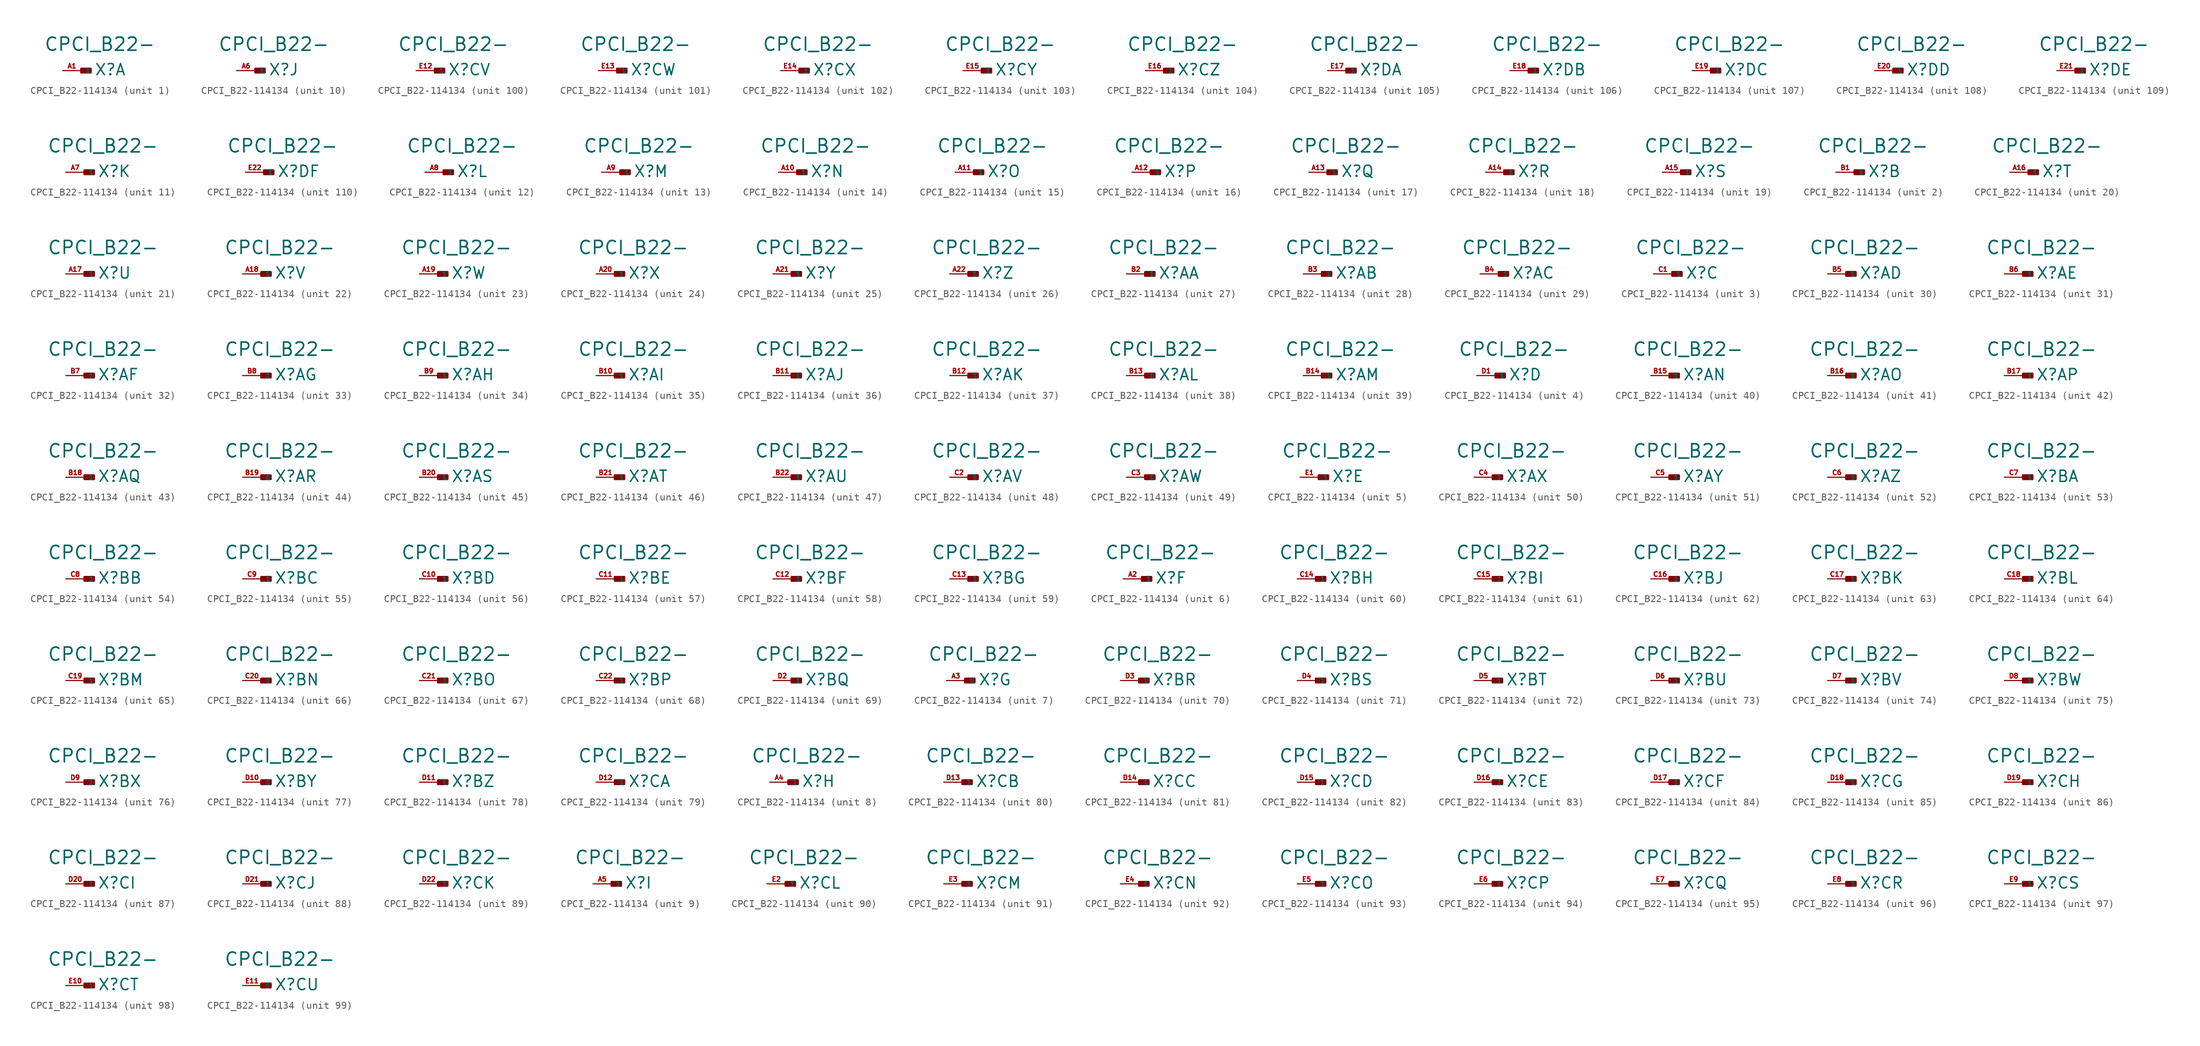
<source format=kicad_sym>
(kicad_symbol_lib
  (version 20220914)
  (generator Eagle2Kicad)
  (symbol "CPCI_B22-114134"
    (property "Reference" "X"
      (at 1.778 -0.762 0)
      (effects (font (size 1.524 1.524) (thickness 0.19)) (justify left bottom)))
    (property "Value" "CPCI_B22-"
      (at -5.08 2.54 0)
      (effects (font (size 1.778 1.778) (thickness 0.22)) (justify left bottom)))
    (symbol "CPCI_B22-114134_1_0"
      (rectangle (start 0 -0.254) (end 1.27 0.254) (stroke (width 0.3) (type default)) (fill (type outline)))
      (pin input line (at -2.54 0 0) (length 2.54) (name "1" (effects (font (size 0.635 0.635) (thickness 0.08)) (justify left bottom))) (number "A1" (effects (font (size 0.635 0.635) (thickness 0.08)) (justify left bottom)))))
    (symbol "CPCI_B22-114134_2_0"
      (rectangle (start 0 -0.254) (end 1.27 0.254) (stroke (width 0.3) (type default)) (fill (type outline)))
      (pin input line (at -2.54 0 0) (length 2.54) (name "1" (effects (font (size 0.635 0.635) (thickness 0.08)) (justify left bottom))) (number "B1" (effects (font (size 0.635 0.635) (thickness 0.08)) (justify left bottom)))))
    (symbol "CPCI_B22-114134_3_0"
      (rectangle (start 0 -0.254) (end 1.27 0.254) (stroke (width 0.3) (type default)) (fill (type outline)))
      (pin input line (at -2.54 0 0) (length 2.54) (name "1" (effects (font (size 0.635 0.635) (thickness 0.08)) (justify left bottom))) (number "C1" (effects (font (size 0.635 0.635) (thickness 0.08)) (justify left bottom)))))
    (symbol "CPCI_B22-114134_4_0"
      (rectangle (start 0 -0.254) (end 1.27 0.254) (stroke (width 0.3) (type default)) (fill (type outline)))
      (pin input line (at -2.54 0 0) (length 2.54) (name "1" (effects (font (size 0.635 0.635) (thickness 0.08)) (justify left bottom))) (number "D1" (effects (font (size 0.635 0.635) (thickness 0.08)) (justify left bottom)))))
    (symbol "CPCI_B22-114134_5_0"
      (rectangle (start 0 -0.254) (end 1.27 0.254) (stroke (width 0.3) (type default)) (fill (type outline)))
      (pin input line (at -2.54 0 0) (length 2.54) (name "1" (effects (font (size 0.635 0.635) (thickness 0.08)) (justify left bottom))) (number "E1" (effects (font (size 0.635 0.635) (thickness 0.08)) (justify left bottom)))))
    (symbol "CPCI_B22-114134_6_0"
      (rectangle (start 0 -0.254) (end 1.27 0.254) (stroke (width 0.3) (type default)) (fill (type outline)))
      (pin input line (at -2.54 0 0) (length 2.54) (name "1" (effects (font (size 0.635 0.635) (thickness 0.08)) (justify left bottom))) (number "A2" (effects (font (size 0.635 0.635) (thickness 0.08)) (justify left bottom)))))
    (symbol "CPCI_B22-114134_7_0"
      (rectangle (start 0 -0.254) (end 1.27 0.254) (stroke (width 0.3) (type default)) (fill (type outline)))
      (pin input line (at -2.54 0 0) (length 2.54) (name "1" (effects (font (size 0.635 0.635) (thickness 0.08)) (justify left bottom))) (number "A3" (effects (font (size 0.635 0.635) (thickness 0.08)) (justify left bottom)))))
    (symbol "CPCI_B22-114134_8_0"
      (rectangle (start 0 -0.254) (end 1.27 0.254) (stroke (width 0.3) (type default)) (fill (type outline)))
      (pin input line (at -2.54 0 0) (length 2.54) (name "1" (effects (font (size 0.635 0.635) (thickness 0.08)) (justify left bottom))) (number "A4" (effects (font (size 0.635 0.635) (thickness 0.08)) (justify left bottom)))))
    (symbol "CPCI_B22-114134_9_0"
      (rectangle (start 0 -0.254) (end 1.27 0.254) (stroke (width 0.3) (type default)) (fill (type outline)))
      (pin input line (at -2.54 0 0) (length 2.54) (name "1" (effects (font (size 0.635 0.635) (thickness 0.08)) (justify left bottom))) (number "A5" (effects (font (size 0.635 0.635) (thickness 0.08)) (justify left bottom)))))
    (symbol "CPCI_B22-114134_10_0"
      (rectangle (start 0 -0.254) (end 1.27 0.254) (stroke (width 0.3) (type default)) (fill (type outline)))
      (pin input line (at -2.54 0 0) (length 2.54) (name "1" (effects (font (size 0.635 0.635) (thickness 0.08)) (justify left bottom))) (number "A6" (effects (font (size 0.635 0.635) (thickness 0.08)) (justify left bottom)))))
    (symbol "CPCI_B22-114134_11_0"
      (rectangle (start 0 -0.254) (end 1.27 0.254) (stroke (width 0.3) (type default)) (fill (type outline)))
      (pin input line (at -2.54 0 0) (length 2.54) (name "1" (effects (font (size 0.635 0.635) (thickness 0.08)) (justify left bottom))) (number "A7" (effects (font (size 0.635 0.635) (thickness 0.08)) (justify left bottom)))))
    (symbol "CPCI_B22-114134_12_0"
      (rectangle (start 0 -0.254) (end 1.27 0.254) (stroke (width 0.3) (type default)) (fill (type outline)))
      (pin input line (at -2.54 0 0) (length 2.54) (name "1" (effects (font (size 0.635 0.635) (thickness 0.08)) (justify left bottom))) (number "A8" (effects (font (size 0.635 0.635) (thickness 0.08)) (justify left bottom)))))
    (symbol "CPCI_B22-114134_13_0"
      (rectangle (start 0 -0.254) (end 1.27 0.254) (stroke (width 0.3) (type default)) (fill (type outline)))
      (pin input line (at -2.54 0 0) (length 2.54) (name "1" (effects (font (size 0.635 0.635) (thickness 0.08)) (justify left bottom))) (number "A9" (effects (font (size 0.635 0.635) (thickness 0.08)) (justify left bottom)))))
    (symbol "CPCI_B22-114134_14_0"
      (rectangle (start 0 -0.254) (end 1.27 0.254) (stroke (width 0.3) (type default)) (fill (type outline)))
      (pin input line (at -2.54 0 0) (length 2.54) (name "1" (effects (font (size 0.635 0.635) (thickness 0.08)) (justify left bottom))) (number "A10" (effects (font (size 0.635 0.635) (thickness 0.08)) (justify left bottom)))))
    (symbol "CPCI_B22-114134_15_0"
      (rectangle (start 0 -0.254) (end 1.27 0.254) (stroke (width 0.3) (type default)) (fill (type outline)))
      (pin input line (at -2.54 0 0) (length 2.54) (name "1" (effects (font (size 0.635 0.635) (thickness 0.08)) (justify left bottom))) (number "A11" (effects (font (size 0.635 0.635) (thickness 0.08)) (justify left bottom)))))
    (symbol "CPCI_B22-114134_16_0"
      (rectangle (start 0 -0.254) (end 1.27 0.254) (stroke (width 0.3) (type default)) (fill (type outline)))
      (pin input line (at -2.54 0 0) (length 2.54) (name "1" (effects (font (size 0.635 0.635) (thickness 0.08)) (justify left bottom))) (number "A12" (effects (font (size 0.635 0.635) (thickness 0.08)) (justify left bottom)))))
    (symbol "CPCI_B22-114134_17_0"
      (rectangle (start 0 -0.254) (end 1.27 0.254) (stroke (width 0.3) (type default)) (fill (type outline)))
      (pin input line (at -2.54 0 0) (length 2.54) (name "1" (effects (font (size 0.635 0.635) (thickness 0.08)) (justify left bottom))) (number "A13" (effects (font (size 0.635 0.635) (thickness 0.08)) (justify left bottom)))))
    (symbol "CPCI_B22-114134_18_0"
      (rectangle (start 0 -0.254) (end 1.27 0.254) (stroke (width 0.3) (type default)) (fill (type outline)))
      (pin input line (at -2.54 0 0) (length 2.54) (name "1" (effects (font (size 0.635 0.635) (thickness 0.08)) (justify left bottom))) (number "A14" (effects (font (size 0.635 0.635) (thickness 0.08)) (justify left bottom)))))
    (symbol "CPCI_B22-114134_19_0"
      (rectangle (start 0 -0.254) (end 1.27 0.254) (stroke (width 0.3) (type default)) (fill (type outline)))
      (pin input line (at -2.54 0 0) (length 2.54) (name "1" (effects (font (size 0.635 0.635) (thickness 0.08)) (justify left bottom))) (number "A15" (effects (font (size 0.635 0.635) (thickness 0.08)) (justify left bottom)))))
    (symbol "CPCI_B22-114134_20_0"
      (rectangle (start 0 -0.254) (end 1.27 0.254) (stroke (width 0.3) (type default)) (fill (type outline)))
      (pin input line (at -2.54 0 0) (length 2.54) (name "1" (effects (font (size 0.635 0.635) (thickness 0.08)) (justify left bottom))) (number "A16" (effects (font (size 0.635 0.635) (thickness 0.08)) (justify left bottom)))))
    (symbol "CPCI_B22-114134_21_0"
      (rectangle (start 0 -0.254) (end 1.27 0.254) (stroke (width 0.3) (type default)) (fill (type outline)))
      (pin input line (at -2.54 0 0) (length 2.54) (name "1" (effects (font (size 0.635 0.635) (thickness 0.08)) (justify left bottom))) (number "A17" (effects (font (size 0.635 0.635) (thickness 0.08)) (justify left bottom)))))
    (symbol "CPCI_B22-114134_22_0"
      (rectangle (start 0 -0.254) (end 1.27 0.254) (stroke (width 0.3) (type default)) (fill (type outline)))
      (pin input line (at -2.54 0 0) (length 2.54) (name "1" (effects (font (size 0.635 0.635) (thickness 0.08)) (justify left bottom))) (number "A18" (effects (font (size 0.635 0.635) (thickness 0.08)) (justify left bottom)))))
    (symbol "CPCI_B22-114134_23_0"
      (rectangle (start 0 -0.254) (end 1.27 0.254) (stroke (width 0.3) (type default)) (fill (type outline)))
      (pin input line (at -2.54 0 0) (length 2.54) (name "1" (effects (font (size 0.635 0.635) (thickness 0.08)) (justify left bottom))) (number "A19" (effects (font (size 0.635 0.635) (thickness 0.08)) (justify left bottom)))))
    (symbol "CPCI_B22-114134_24_0"
      (rectangle (start 0 -0.254) (end 1.27 0.254) (stroke (width 0.3) (type default)) (fill (type outline)))
      (pin input line (at -2.54 0 0) (length 2.54) (name "1" (effects (font (size 0.635 0.635) (thickness 0.08)) (justify left bottom))) (number "A20" (effects (font (size 0.635 0.635) (thickness 0.08)) (justify left bottom)))))
    (symbol "CPCI_B22-114134_25_0"
      (rectangle (start 0 -0.254) (end 1.27 0.254) (stroke (width 0.3) (type default)) (fill (type outline)))
      (pin input line (at -2.54 0 0) (length 2.54) (name "1" (effects (font (size 0.635 0.635) (thickness 0.08)) (justify left bottom))) (number "A21" (effects (font (size 0.635 0.635) (thickness 0.08)) (justify left bottom)))))
    (symbol "CPCI_B22-114134_26_0"
      (rectangle (start 0 -0.254) (end 1.27 0.254) (stroke (width 0.3) (type default)) (fill (type outline)))
      (pin input line (at -2.54 0 0) (length 2.54) (name "1" (effects (font (size 0.635 0.635) (thickness 0.08)) (justify left bottom))) (number "A22" (effects (font (size 0.635 0.635) (thickness 0.08)) (justify left bottom)))))
    (symbol "CPCI_B22-114134_27_0"
      (rectangle (start 0 -0.254) (end 1.27 0.254) (stroke (width 0.3) (type default)) (fill (type outline)))
      (pin input line (at -2.54 0 0) (length 2.54) (name "1" (effects (font (size 0.635 0.635) (thickness 0.08)) (justify left bottom))) (number "B2" (effects (font (size 0.635 0.635) (thickness 0.08)) (justify left bottom)))))
    (symbol "CPCI_B22-114134_28_0"
      (rectangle (start 0 -0.254) (end 1.27 0.254) (stroke (width 0.3) (type default)) (fill (type outline)))
      (pin input line (at -2.54 0 0) (length 2.54) (name "1" (effects (font (size 0.635 0.635) (thickness 0.08)) (justify left bottom))) (number "B3" (effects (font (size 0.635 0.635) (thickness 0.08)) (justify left bottom)))))
    (symbol "CPCI_B22-114134_29_0"
      (rectangle (start 0 -0.254) (end 1.27 0.254) (stroke (width 0.3) (type default)) (fill (type outline)))
      (pin input line (at -2.54 0 0) (length 2.54) (name "1" (effects (font (size 0.635 0.635) (thickness 0.08)) (justify left bottom))) (number "B4" (effects (font (size 0.635 0.635) (thickness 0.08)) (justify left bottom)))))
    (symbol "CPCI_B22-114134_30_0"
      (rectangle (start 0 -0.254) (end 1.27 0.254) (stroke (width 0.3) (type default)) (fill (type outline)))
      (pin input line (at -2.54 0 0) (length 2.54) (name "1" (effects (font (size 0.635 0.635) (thickness 0.08)) (justify left bottom))) (number "B5" (effects (font (size 0.635 0.635) (thickness 0.08)) (justify left bottom)))))
    (symbol "CPCI_B22-114134_31_0"
      (rectangle (start 0 -0.254) (end 1.27 0.254) (stroke (width 0.3) (type default)) (fill (type outline)))
      (pin input line (at -2.54 0 0) (length 2.54) (name "1" (effects (font (size 0.635 0.635) (thickness 0.08)) (justify left bottom))) (number "B6" (effects (font (size 0.635 0.635) (thickness 0.08)) (justify left bottom)))))
    (symbol "CPCI_B22-114134_32_0"
      (rectangle (start 0 -0.254) (end 1.27 0.254) (stroke (width 0.3) (type default)) (fill (type outline)))
      (pin input line (at -2.54 0 0) (length 2.54) (name "1" (effects (font (size 0.635 0.635) (thickness 0.08)) (justify left bottom))) (number "B7" (effects (font (size 0.635 0.635) (thickness 0.08)) (justify left bottom)))))
    (symbol "CPCI_B22-114134_33_0"
      (rectangle (start 0 -0.254) (end 1.27 0.254) (stroke (width 0.3) (type default)) (fill (type outline)))
      (pin input line (at -2.54 0 0) (length 2.54) (name "1" (effects (font (size 0.635 0.635) (thickness 0.08)) (justify left bottom))) (number "B8" (effects (font (size 0.635 0.635) (thickness 0.08)) (justify left bottom)))))
    (symbol "CPCI_B22-114134_34_0"
      (rectangle (start 0 -0.254) (end 1.27 0.254) (stroke (width 0.3) (type default)) (fill (type outline)))
      (pin input line (at -2.54 0 0) (length 2.54) (name "1" (effects (font (size 0.635 0.635) (thickness 0.08)) (justify left bottom))) (number "B9" (effects (font (size 0.635 0.635) (thickness 0.08)) (justify left bottom)))))
    (symbol "CPCI_B22-114134_35_0"
      (rectangle (start 0 -0.254) (end 1.27 0.254) (stroke (width 0.3) (type default)) (fill (type outline)))
      (pin input line (at -2.54 0 0) (length 2.54) (name "1" (effects (font (size 0.635 0.635) (thickness 0.08)) (justify left bottom))) (number "B10" (effects (font (size 0.635 0.635) (thickness 0.08)) (justify left bottom)))))
    (symbol "CPCI_B22-114134_36_0"
      (rectangle (start 0 -0.254) (end 1.27 0.254) (stroke (width 0.3) (type default)) (fill (type outline)))
      (pin input line (at -2.54 0 0) (length 2.54) (name "1" (effects (font (size 0.635 0.635) (thickness 0.08)) (justify left bottom))) (number "B11" (effects (font (size 0.635 0.635) (thickness 0.08)) (justify left bottom)))))
    (symbol "CPCI_B22-114134_37_0"
      (rectangle (start 0 -0.254) (end 1.27 0.254) (stroke (width 0.3) (type default)) (fill (type outline)))
      (pin input line (at -2.54 0 0) (length 2.54) (name "1" (effects (font (size 0.635 0.635) (thickness 0.08)) (justify left bottom))) (number "B12" (effects (font (size 0.635 0.635) (thickness 0.08)) (justify left bottom)))))
    (symbol "CPCI_B22-114134_38_0"
      (rectangle (start 0 -0.254) (end 1.27 0.254) (stroke (width 0.3) (type default)) (fill (type outline)))
      (pin input line (at -2.54 0 0) (length 2.54) (name "1" (effects (font (size 0.635 0.635) (thickness 0.08)) (justify left bottom))) (number "B13" (effects (font (size 0.635 0.635) (thickness 0.08)) (justify left bottom)))))
    (symbol "CPCI_B22-114134_39_0"
      (rectangle (start 0 -0.254) (end 1.27 0.254) (stroke (width 0.3) (type default)) (fill (type outline)))
      (pin input line (at -2.54 0 0) (length 2.54) (name "1" (effects (font (size 0.635 0.635) (thickness 0.08)) (justify left bottom))) (number "B14" (effects (font (size 0.635 0.635) (thickness 0.08)) (justify left bottom)))))
    (symbol "CPCI_B22-114134_40_0"
      (rectangle (start 0 -0.254) (end 1.27 0.254) (stroke (width 0.3) (type default)) (fill (type outline)))
      (pin input line (at -2.54 0 0) (length 2.54) (name "1" (effects (font (size 0.635 0.635) (thickness 0.08)) (justify left bottom))) (number "B15" (effects (font (size 0.635 0.635) (thickness 0.08)) (justify left bottom)))))
    (symbol "CPCI_B22-114134_41_0"
      (rectangle (start 0 -0.254) (end 1.27 0.254) (stroke (width 0.3) (type default)) (fill (type outline)))
      (pin input line (at -2.54 0 0) (length 2.54) (name "1" (effects (font (size 0.635 0.635) (thickness 0.08)) (justify left bottom))) (number "B16" (effects (font (size 0.635 0.635) (thickness 0.08)) (justify left bottom)))))
    (symbol "CPCI_B22-114134_42_0"
      (rectangle (start 0 -0.254) (end 1.27 0.254) (stroke (width 0.3) (type default)) (fill (type outline)))
      (pin input line (at -2.54 0 0) (length 2.54) (name "1" (effects (font (size 0.635 0.635) (thickness 0.08)) (justify left bottom))) (number "B17" (effects (font (size 0.635 0.635) (thickness 0.08)) (justify left bottom)))))
    (symbol "CPCI_B22-114134_43_0"
      (rectangle (start 0 -0.254) (end 1.27 0.254) (stroke (width 0.3) (type default)) (fill (type outline)))
      (pin input line (at -2.54 0 0) (length 2.54) (name "1" (effects (font (size 0.635 0.635) (thickness 0.08)) (justify left bottom))) (number "B18" (effects (font (size 0.635 0.635) (thickness 0.08)) (justify left bottom)))))
    (symbol "CPCI_B22-114134_44_0"
      (rectangle (start 0 -0.254) (end 1.27 0.254) (stroke (width 0.3) (type default)) (fill (type outline)))
      (pin input line (at -2.54 0 0) (length 2.54) (name "1" (effects (font (size 0.635 0.635) (thickness 0.08)) (justify left bottom))) (number "B19" (effects (font (size 0.635 0.635) (thickness 0.08)) (justify left bottom)))))
    (symbol "CPCI_B22-114134_45_0"
      (rectangle (start 0 -0.254) (end 1.27 0.254) (stroke (width 0.3) (type default)) (fill (type outline)))
      (pin input line (at -2.54 0 0) (length 2.54) (name "1" (effects (font (size 0.635 0.635) (thickness 0.08)) (justify left bottom))) (number "B20" (effects (font (size 0.635 0.635) (thickness 0.08)) (justify left bottom)))))
    (symbol "CPCI_B22-114134_46_0"
      (rectangle (start 0 -0.254) (end 1.27 0.254) (stroke (width 0.3) (type default)) (fill (type outline)))
      (pin input line (at -2.54 0 0) (length 2.54) (name "1" (effects (font (size 0.635 0.635) (thickness 0.08)) (justify left bottom))) (number "B21" (effects (font (size 0.635 0.635) (thickness 0.08)) (justify left bottom)))))
    (symbol "CPCI_B22-114134_47_0"
      (rectangle (start 0 -0.254) (end 1.27 0.254) (stroke (width 0.3) (type default)) (fill (type outline)))
      (pin input line (at -2.54 0 0) (length 2.54) (name "1" (effects (font (size 0.635 0.635) (thickness 0.08)) (justify left bottom))) (number "B22" (effects (font (size 0.635 0.635) (thickness 0.08)) (justify left bottom)))))
    (symbol "CPCI_B22-114134_48_0"
      (rectangle (start 0 -0.254) (end 1.27 0.254) (stroke (width 0.3) (type default)) (fill (type outline)))
      (pin input line (at -2.54 0 0) (length 2.54) (name "1" (effects (font (size 0.635 0.635) (thickness 0.08)) (justify left bottom))) (number "C2" (effects (font (size 0.635 0.635) (thickness 0.08)) (justify left bottom)))))
    (symbol "CPCI_B22-114134_49_0"
      (rectangle (start 0 -0.254) (end 1.27 0.254) (stroke (width 0.3) (type default)) (fill (type outline)))
      (pin input line (at -2.54 0 0) (length 2.54) (name "1" (effects (font (size 0.635 0.635) (thickness 0.08)) (justify left bottom))) (number "C3" (effects (font (size 0.635 0.635) (thickness 0.08)) (justify left bottom)))))
    (symbol "CPCI_B22-114134_50_0"
      (rectangle (start 0 -0.254) (end 1.27 0.254) (stroke (width 0.3) (type default)) (fill (type outline)))
      (pin input line (at -2.54 0 0) (length 2.54) (name "1" (effects (font (size 0.635 0.635) (thickness 0.08)) (justify left bottom))) (number "C4" (effects (font (size 0.635 0.635) (thickness 0.08)) (justify left bottom)))))
    (symbol "CPCI_B22-114134_51_0"
      (rectangle (start 0 -0.254) (end 1.27 0.254) (stroke (width 0.3) (type default)) (fill (type outline)))
      (pin input line (at -2.54 0 0) (length 2.54) (name "1" (effects (font (size 0.635 0.635) (thickness 0.08)) (justify left bottom))) (number "C5" (effects (font (size 0.635 0.635) (thickness 0.08)) (justify left bottom)))))
    (symbol "CPCI_B22-114134_52_0"
      (rectangle (start 0 -0.254) (end 1.27 0.254) (stroke (width 0.3) (type default)) (fill (type outline)))
      (pin input line (at -2.54 0 0) (length 2.54) (name "1" (effects (font (size 0.635 0.635) (thickness 0.08)) (justify left bottom))) (number "C6" (effects (font (size 0.635 0.635) (thickness 0.08)) (justify left bottom)))))
    (symbol "CPCI_B22-114134_53_0"
      (rectangle (start 0 -0.254) (end 1.27 0.254) (stroke (width 0.3) (type default)) (fill (type outline)))
      (pin input line (at -2.54 0 0) (length 2.54) (name "1" (effects (font (size 0.635 0.635) (thickness 0.08)) (justify left bottom))) (number "C7" (effects (font (size 0.635 0.635) (thickness 0.08)) (justify left bottom)))))
    (symbol "CPCI_B22-114134_54_0"
      (rectangle (start 0 -0.254) (end 1.27 0.254) (stroke (width 0.3) (type default)) (fill (type outline)))
      (pin input line (at -2.54 0 0) (length 2.54) (name "1" (effects (font (size 0.635 0.635) (thickness 0.08)) (justify left bottom))) (number "C8" (effects (font (size 0.635 0.635) (thickness 0.08)) (justify left bottom)))))
    (symbol "CPCI_B22-114134_55_0"
      (rectangle (start 0 -0.254) (end 1.27 0.254) (stroke (width 0.3) (type default)) (fill (type outline)))
      (pin input line (at -2.54 0 0) (length 2.54) (name "1" (effects (font (size 0.635 0.635) (thickness 0.08)) (justify left bottom))) (number "C9" (effects (font (size 0.635 0.635) (thickness 0.08)) (justify left bottom)))))
    (symbol "CPCI_B22-114134_56_0"
      (rectangle (start 0 -0.254) (end 1.27 0.254) (stroke (width 0.3) (type default)) (fill (type outline)))
      (pin input line (at -2.54 0 0) (length 2.54) (name "1" (effects (font (size 0.635 0.635) (thickness 0.08)) (justify left bottom))) (number "C10" (effects (font (size 0.635 0.635) (thickness 0.08)) (justify left bottom)))))
    (symbol "CPCI_B22-114134_57_0"
      (rectangle (start 0 -0.254) (end 1.27 0.254) (stroke (width 0.3) (type default)) (fill (type outline)))
      (pin input line (at -2.54 0 0) (length 2.54) (name "1" (effects (font (size 0.635 0.635) (thickness 0.08)) (justify left bottom))) (number "C11" (effects (font (size 0.635 0.635) (thickness 0.08)) (justify left bottom)))))
    (symbol "CPCI_B22-114134_58_0"
      (rectangle (start 0 -0.254) (end 1.27 0.254) (stroke (width 0.3) (type default)) (fill (type outline)))
      (pin input line (at -2.54 0 0) (length 2.54) (name "1" (effects (font (size 0.635 0.635) (thickness 0.08)) (justify left bottom))) (number "C12" (effects (font (size 0.635 0.635) (thickness 0.08)) (justify left bottom)))))
    (symbol "CPCI_B22-114134_59_0"
      (rectangle (start 0 -0.254) (end 1.27 0.254) (stroke (width 0.3) (type default)) (fill (type outline)))
      (pin input line (at -2.54 0 0) (length 2.54) (name "1" (effects (font (size 0.635 0.635) (thickness 0.08)) (justify left bottom))) (number "C13" (effects (font (size 0.635 0.635) (thickness 0.08)) (justify left bottom)))))
    (symbol "CPCI_B22-114134_60_0"
      (rectangle (start 0 -0.254) (end 1.27 0.254) (stroke (width 0.3) (type default)) (fill (type outline)))
      (pin input line (at -2.54 0 0) (length 2.54) (name "1" (effects (font (size 0.635 0.635) (thickness 0.08)) (justify left bottom))) (number "C14" (effects (font (size 0.635 0.635) (thickness 0.08)) (justify left bottom)))))
    (symbol "CPCI_B22-114134_61_0"
      (rectangle (start 0 -0.254) (end 1.27 0.254) (stroke (width 0.3) (type default)) (fill (type outline)))
      (pin input line (at -2.54 0 0) (length 2.54) (name "1" (effects (font (size 0.635 0.635) (thickness 0.08)) (justify left bottom))) (number "C15" (effects (font (size 0.635 0.635) (thickness 0.08)) (justify left bottom)))))
    (symbol "CPCI_B22-114134_62_0"
      (rectangle (start 0 -0.254) (end 1.27 0.254) (stroke (width 0.3) (type default)) (fill (type outline)))
      (pin input line (at -2.54 0 0) (length 2.54) (name "1" (effects (font (size 0.635 0.635) (thickness 0.08)) (justify left bottom))) (number "C16" (effects (font (size 0.635 0.635) (thickness 0.08)) (justify left bottom)))))
    (symbol "CPCI_B22-114134_63_0"
      (rectangle (start 0 -0.254) (end 1.27 0.254) (stroke (width 0.3) (type default)) (fill (type outline)))
      (pin input line (at -2.54 0 0) (length 2.54) (name "1" (effects (font (size 0.635 0.635) (thickness 0.08)) (justify left bottom))) (number "C17" (effects (font (size 0.635 0.635) (thickness 0.08)) (justify left bottom)))))
    (symbol "CPCI_B22-114134_64_0"
      (rectangle (start 0 -0.254) (end 1.27 0.254) (stroke (width 0.3) (type default)) (fill (type outline)))
      (pin input line (at -2.54 0 0) (length 2.54) (name "1" (effects (font (size 0.635 0.635) (thickness 0.08)) (justify left bottom))) (number "C18" (effects (font (size 0.635 0.635) (thickness 0.08)) (justify left bottom)))))
    (symbol "CPCI_B22-114134_65_0"
      (rectangle (start 0 -0.254) (end 1.27 0.254) (stroke (width 0.3) (type default)) (fill (type outline)))
      (pin input line (at -2.54 0 0) (length 2.54) (name "1" (effects (font (size 0.635 0.635) (thickness 0.08)) (justify left bottom))) (number "C19" (effects (font (size 0.635 0.635) (thickness 0.08)) (justify left bottom)))))
    (symbol "CPCI_B22-114134_66_0"
      (rectangle (start 0 -0.254) (end 1.27 0.254) (stroke (width 0.3) (type default)) (fill (type outline)))
      (pin input line (at -2.54 0 0) (length 2.54) (name "1" (effects (font (size 0.635 0.635) (thickness 0.08)) (justify left bottom))) (number "C20" (effects (font (size 0.635 0.635) (thickness 0.08)) (justify left bottom)))))
    (symbol "CPCI_B22-114134_67_0"
      (rectangle (start 0 -0.254) (end 1.27 0.254) (stroke (width 0.3) (type default)) (fill (type outline)))
      (pin input line (at -2.54 0 0) (length 2.54) (name "1" (effects (font (size 0.635 0.635) (thickness 0.08)) (justify left bottom))) (number "C21" (effects (font (size 0.635 0.635) (thickness 0.08)) (justify left bottom)))))
    (symbol "CPCI_B22-114134_68_0"
      (rectangle (start 0 -0.254) (end 1.27 0.254) (stroke (width 0.3) (type default)) (fill (type outline)))
      (pin input line (at -2.54 0 0) (length 2.54) (name "1" (effects (font (size 0.635 0.635) (thickness 0.08)) (justify left bottom))) (number "C22" (effects (font (size 0.635 0.635) (thickness 0.08)) (justify left bottom)))))
    (symbol "CPCI_B22-114134_69_0"
      (rectangle (start 0 -0.254) (end 1.27 0.254) (stroke (width 0.3) (type default)) (fill (type outline)))
      (pin input line (at -2.54 0 0) (length 2.54) (name "1" (effects (font (size 0.635 0.635) (thickness 0.08)) (justify left bottom))) (number "D2" (effects (font (size 0.635 0.635) (thickness 0.08)) (justify left bottom)))))
    (symbol "CPCI_B22-114134_70_0"
      (rectangle (start 0 -0.254) (end 1.27 0.254) (stroke (width 0.3) (type default)) (fill (type outline)))
      (pin input line (at -2.54 0 0) (length 2.54) (name "1" (effects (font (size 0.635 0.635) (thickness 0.08)) (justify left bottom))) (number "D3" (effects (font (size 0.635 0.635) (thickness 0.08)) (justify left bottom)))))
    (symbol "CPCI_B22-114134_71_0"
      (rectangle (start 0 -0.254) (end 1.27 0.254) (stroke (width 0.3) (type default)) (fill (type outline)))
      (pin input line (at -2.54 0 0) (length 2.54) (name "1" (effects (font (size 0.635 0.635) (thickness 0.08)) (justify left bottom))) (number "D4" (effects (font (size 0.635 0.635) (thickness 0.08)) (justify left bottom)))))
    (symbol "CPCI_B22-114134_72_0"
      (rectangle (start 0 -0.254) (end 1.27 0.254) (stroke (width 0.3) (type default)) (fill (type outline)))
      (pin input line (at -2.54 0 0) (length 2.54) (name "1" (effects (font (size 0.635 0.635) (thickness 0.08)) (justify left bottom))) (number "D5" (effects (font (size 0.635 0.635) (thickness 0.08)) (justify left bottom)))))
    (symbol "CPCI_B22-114134_73_0"
      (rectangle (start 0 -0.254) (end 1.27 0.254) (stroke (width 0.3) (type default)) (fill (type outline)))
      (pin input line (at -2.54 0 0) (length 2.54) (name "1" (effects (font (size 0.635 0.635) (thickness 0.08)) (justify left bottom))) (number "D6" (effects (font (size 0.635 0.635) (thickness 0.08)) (justify left bottom)))))
    (symbol "CPCI_B22-114134_74_0"
      (rectangle (start 0 -0.254) (end 1.27 0.254) (stroke (width 0.3) (type default)) (fill (type outline)))
      (pin input line (at -2.54 0 0) (length 2.54) (name "1" (effects (font (size 0.635 0.635) (thickness 0.08)) (justify left bottom))) (number "D7" (effects (font (size 0.635 0.635) (thickness 0.08)) (justify left bottom)))))
    (symbol "CPCI_B22-114134_75_0"
      (rectangle (start 0 -0.254) (end 1.27 0.254) (stroke (width 0.3) (type default)) (fill (type outline)))
      (pin input line (at -2.54 0 0) (length 2.54) (name "1" (effects (font (size 0.635 0.635) (thickness 0.08)) (justify left bottom))) (number "D8" (effects (font (size 0.635 0.635) (thickness 0.08)) (justify left bottom)))))
    (symbol "CPCI_B22-114134_76_0"
      (rectangle (start 0 -0.254) (end 1.27 0.254) (stroke (width 0.3) (type default)) (fill (type outline)))
      (pin input line (at -2.54 0 0) (length 2.54) (name "1" (effects (font (size 0.635 0.635) (thickness 0.08)) (justify left bottom))) (number "D9" (effects (font (size 0.635 0.635) (thickness 0.08)) (justify left bottom)))))
    (symbol "CPCI_B22-114134_77_0"
      (rectangle (start 0 -0.254) (end 1.27 0.254) (stroke (width 0.3) (type default)) (fill (type outline)))
      (pin input line (at -2.54 0 0) (length 2.54) (name "1" (effects (font (size 0.635 0.635) (thickness 0.08)) (justify left bottom))) (number "D10" (effects (font (size 0.635 0.635) (thickness 0.08)) (justify left bottom)))))
    (symbol "CPCI_B22-114134_78_0"
      (rectangle (start 0 -0.254) (end 1.27 0.254) (stroke (width 0.3) (type default)) (fill (type outline)))
      (pin input line (at -2.54 0 0) (length 2.54) (name "1" (effects (font (size 0.635 0.635) (thickness 0.08)) (justify left bottom))) (number "D11" (effects (font (size 0.635 0.635) (thickness 0.08)) (justify left bottom)))))
    (symbol "CPCI_B22-114134_79_0"
      (rectangle (start 0 -0.254) (end 1.27 0.254) (stroke (width 0.3) (type default)) (fill (type outline)))
      (pin input line (at -2.54 0 0) (length 2.54) (name "1" (effects (font (size 0.635 0.635) (thickness 0.08)) (justify left bottom))) (number "D12" (effects (font (size 0.635 0.635) (thickness 0.08)) (justify left bottom)))))
    (symbol "CPCI_B22-114134_80_0"
      (rectangle (start 0 -0.254) (end 1.27 0.254) (stroke (width 0.3) (type default)) (fill (type outline)))
      (pin input line (at -2.54 0 0) (length 2.54) (name "1" (effects (font (size 0.635 0.635) (thickness 0.08)) (justify left bottom))) (number "D13" (effects (font (size 0.635 0.635) (thickness 0.08)) (justify left bottom)))))
    (symbol "CPCI_B22-114134_81_0"
      (rectangle (start 0 -0.254) (end 1.27 0.254) (stroke (width 0.3) (type default)) (fill (type outline)))
      (pin input line (at -2.54 0 0) (length 2.54) (name "1" (effects (font (size 0.635 0.635) (thickness 0.08)) (justify left bottom))) (number "D14" (effects (font (size 0.635 0.635) (thickness 0.08)) (justify left bottom)))))
    (symbol "CPCI_B22-114134_82_0"
      (rectangle (start 0 -0.254) (end 1.27 0.254) (stroke (width 0.3) (type default)) (fill (type outline)))
      (pin input line (at -2.54 0 0) (length 2.54) (name "1" (effects (font (size 0.635 0.635) (thickness 0.08)) (justify left bottom))) (number "D15" (effects (font (size 0.635 0.635) (thickness 0.08)) (justify left bottom)))))
    (symbol "CPCI_B22-114134_83_0"
      (rectangle (start 0 -0.254) (end 1.27 0.254) (stroke (width 0.3) (type default)) (fill (type outline)))
      (pin input line (at -2.54 0 0) (length 2.54) (name "1" (effects (font (size 0.635 0.635) (thickness 0.08)) (justify left bottom))) (number "D16" (effects (font (size 0.635 0.635) (thickness 0.08)) (justify left bottom)))))
    (symbol "CPCI_B22-114134_84_0"
      (rectangle (start 0 -0.254) (end 1.27 0.254) (stroke (width 0.3) (type default)) (fill (type outline)))
      (pin input line (at -2.54 0 0) (length 2.54) (name "1" (effects (font (size 0.635 0.635) (thickness 0.08)) (justify left bottom))) (number "D17" (effects (font (size 0.635 0.635) (thickness 0.08)) (justify left bottom)))))
    (symbol "CPCI_B22-114134_85_0"
      (rectangle (start 0 -0.254) (end 1.27 0.254) (stroke (width 0.3) (type default)) (fill (type outline)))
      (pin input line (at -2.54 0 0) (length 2.54) (name "1" (effects (font (size 0.635 0.635) (thickness 0.08)) (justify left bottom))) (number "D18" (effects (font (size 0.635 0.635) (thickness 0.08)) (justify left bottom)))))
    (symbol "CPCI_B22-114134_86_0"
      (rectangle (start 0 -0.254) (end 1.27 0.254) (stroke (width 0.3) (type default)) (fill (type outline)))
      (pin input line (at -2.54 0 0) (length 2.54) (name "1" (effects (font (size 0.635 0.635) (thickness 0.08)) (justify left bottom))) (number "D19" (effects (font (size 0.635 0.635) (thickness 0.08)) (justify left bottom)))))
    (symbol "CPCI_B22-114134_87_0"
      (rectangle (start 0 -0.254) (end 1.27 0.254) (stroke (width 0.3) (type default)) (fill (type outline)))
      (pin input line (at -2.54 0 0) (length 2.54) (name "1" (effects (font (size 0.635 0.635) (thickness 0.08)) (justify left bottom))) (number "D20" (effects (font (size 0.635 0.635) (thickness 0.08)) (justify left bottom)))))
    (symbol "CPCI_B22-114134_88_0"
      (rectangle (start 0 -0.254) (end 1.27 0.254) (stroke (width 0.3) (type default)) (fill (type outline)))
      (pin input line (at -2.54 0 0) (length 2.54) (name "1" (effects (font (size 0.635 0.635) (thickness 0.08)) (justify left bottom))) (number "D21" (effects (font (size 0.635 0.635) (thickness 0.08)) (justify left bottom)))))
    (symbol "CPCI_B22-114134_89_0"
      (rectangle (start 0 -0.254) (end 1.27 0.254) (stroke (width 0.3) (type default)) (fill (type outline)))
      (pin input line (at -2.54 0 0) (length 2.54) (name "1" (effects (font (size 0.635 0.635) (thickness 0.08)) (justify left bottom))) (number "D22" (effects (font (size 0.635 0.635) (thickness 0.08)) (justify left bottom)))))
    (symbol "CPCI_B22-114134_90_0"
      (rectangle (start 0 -0.254) (end 1.27 0.254) (stroke (width 0.3) (type default)) (fill (type outline)))
      (pin input line (at -2.54 0 0) (length 2.54) (name "1" (effects (font (size 0.635 0.635) (thickness 0.08)) (justify left bottom))) (number "E2" (effects (font (size 0.635 0.635) (thickness 0.08)) (justify left bottom)))))
    (symbol "CPCI_B22-114134_91_0"
      (rectangle (start 0 -0.254) (end 1.27 0.254) (stroke (width 0.3) (type default)) (fill (type outline)))
      (pin input line (at -2.54 0 0) (length 2.54) (name "1" (effects (font (size 0.635 0.635) (thickness 0.08)) (justify left bottom))) (number "E3" (effects (font (size 0.635 0.635) (thickness 0.08)) (justify left bottom)))))
    (symbol "CPCI_B22-114134_92_0"
      (rectangle (start 0 -0.254) (end 1.27 0.254) (stroke (width 0.3) (type default)) (fill (type outline)))
      (pin input line (at -2.54 0 0) (length 2.54) (name "1" (effects (font (size 0.635 0.635) (thickness 0.08)) (justify left bottom))) (number "E4" (effects (font (size 0.635 0.635) (thickness 0.08)) (justify left bottom)))))
    (symbol "CPCI_B22-114134_93_0"
      (rectangle (start 0 -0.254) (end 1.27 0.254) (stroke (width 0.3) (type default)) (fill (type outline)))
      (pin input line (at -2.54 0 0) (length 2.54) (name "1" (effects (font (size 0.635 0.635) (thickness 0.08)) (justify left bottom))) (number "E5" (effects (font (size 0.635 0.635) (thickness 0.08)) (justify left bottom)))))
    (symbol "CPCI_B22-114134_94_0"
      (rectangle (start 0 -0.254) (end 1.27 0.254) (stroke (width 0.3) (type default)) (fill (type outline)))
      (pin input line (at -2.54 0 0) (length 2.54) (name "1" (effects (font (size 0.635 0.635) (thickness 0.08)) (justify left bottom))) (number "E6" (effects (font (size 0.635 0.635) (thickness 0.08)) (justify left bottom)))))
    (symbol "CPCI_B22-114134_95_0"
      (rectangle (start 0 -0.254) (end 1.27 0.254) (stroke (width 0.3) (type default)) (fill (type outline)))
      (pin input line (at -2.54 0 0) (length 2.54) (name "1" (effects (font (size 0.635 0.635) (thickness 0.08)) (justify left bottom))) (number "E7" (effects (font (size 0.635 0.635) (thickness 0.08)) (justify left bottom)))))
    (symbol "CPCI_B22-114134_96_0"
      (rectangle (start 0 -0.254) (end 1.27 0.254) (stroke (width 0.3) (type default)) (fill (type outline)))
      (pin input line (at -2.54 0 0) (length 2.54) (name "1" (effects (font (size 0.635 0.635) (thickness 0.08)) (justify left bottom))) (number "E8" (effects (font (size 0.635 0.635) (thickness 0.08)) (justify left bottom)))))
    (symbol "CPCI_B22-114134_97_0"
      (rectangle (start 0 -0.254) (end 1.27 0.254) (stroke (width 0.3) (type default)) (fill (type outline)))
      (pin input line (at -2.54 0 0) (length 2.54) (name "1" (effects (font (size 0.635 0.635) (thickness 0.08)) (justify left bottom))) (number "E9" (effects (font (size 0.635 0.635) (thickness 0.08)) (justify left bottom)))))
    (symbol "CPCI_B22-114134_98_0"
      (rectangle (start 0 -0.254) (end 1.27 0.254) (stroke (width 0.3) (type default)) (fill (type outline)))
      (pin input line (at -2.54 0 0) (length 2.54) (name "1" (effects (font (size 0.635 0.635) (thickness 0.08)) (justify left bottom))) (number "E10" (effects (font (size 0.635 0.635) (thickness 0.08)) (justify left bottom)))))
    (symbol "CPCI_B22-114134_99_0"
      (rectangle (start 0 -0.254) (end 1.27 0.254) (stroke (width 0.3) (type default)) (fill (type outline)))
      (pin input line (at -2.54 0 0) (length 2.54) (name "1" (effects (font (size 0.635 0.635) (thickness 0.08)) (justify left bottom))) (number "E11" (effects (font (size 0.635 0.635) (thickness 0.08)) (justify left bottom)))))
    (symbol "CPCI_B22-114134_100_0"
      (rectangle (start 0 -0.254) (end 1.27 0.254) (stroke (width 0.3) (type default)) (fill (type outline)))
      (pin input line (at -2.54 0 0) (length 2.54) (name "1" (effects (font (size 0.635 0.635) (thickness 0.08)) (justify left bottom))) (number "E12" (effects (font (size 0.635 0.635) (thickness 0.08)) (justify left bottom)))))
    (symbol "CPCI_B22-114134_101_0"
      (rectangle (start 0 -0.254) (end 1.27 0.254) (stroke (width 0.3) (type default)) (fill (type outline)))
      (pin input line (at -2.54 0 0) (length 2.54) (name "1" (effects (font (size 0.635 0.635) (thickness 0.08)) (justify left bottom))) (number "E13" (effects (font (size 0.635 0.635) (thickness 0.08)) (justify left bottom)))))
    (symbol "CPCI_B22-114134_102_0"
      (rectangle (start 0 -0.254) (end 1.27 0.254) (stroke (width 0.3) (type default)) (fill (type outline)))
      (pin input line (at -2.54 0 0) (length 2.54) (name "1" (effects (font (size 0.635 0.635) (thickness 0.08)) (justify left bottom))) (number "E14" (effects (font (size 0.635 0.635) (thickness 0.08)) (justify left bottom)))))
    (symbol "CPCI_B22-114134_103_0"
      (rectangle (start 0 -0.254) (end 1.27 0.254) (stroke (width 0.3) (type default)) (fill (type outline)))
      (pin input line (at -2.54 0 0) (length 2.54) (name "1" (effects (font (size 0.635 0.635) (thickness 0.08)) (justify left bottom))) (number "E15" (effects (font (size 0.635 0.635) (thickness 0.08)) (justify left bottom)))))
    (symbol "CPCI_B22-114134_104_0"
      (rectangle (start 0 -0.254) (end 1.27 0.254) (stroke (width 0.3) (type default)) (fill (type outline)))
      (pin input line (at -2.54 0 0) (length 2.54) (name "1" (effects (font (size 0.635 0.635) (thickness 0.08)) (justify left bottom))) (number "E16" (effects (font (size 0.635 0.635) (thickness 0.08)) (justify left bottom)))))
    (symbol "CPCI_B22-114134_105_0"
      (rectangle (start 0 -0.254) (end 1.27 0.254) (stroke (width 0.3) (type default)) (fill (type outline)))
      (pin input line (at -2.54 0 0) (length 2.54) (name "1" (effects (font (size 0.635 0.635) (thickness 0.08)) (justify left bottom))) (number "E17" (effects (font (size 0.635 0.635) (thickness 0.08)) (justify left bottom)))))
    (symbol "CPCI_B22-114134_106_0"
      (rectangle (start 0 -0.254) (end 1.27 0.254) (stroke (width 0.3) (type default)) (fill (type outline)))
      (pin input line (at -2.54 0 0) (length 2.54) (name "1" (effects (font (size 0.635 0.635) (thickness 0.08)) (justify left bottom))) (number "E18" (effects (font (size 0.635 0.635) (thickness 0.08)) (justify left bottom)))))
    (symbol "CPCI_B22-114134_107_0"
      (rectangle (start 0 -0.254) (end 1.27 0.254) (stroke (width 0.3) (type default)) (fill (type outline)))
      (pin input line (at -2.54 0 0) (length 2.54) (name "1" (effects (font (size 0.635 0.635) (thickness 0.08)) (justify left bottom))) (number "E19" (effects (font (size 0.635 0.635) (thickness 0.08)) (justify left bottom)))))
    (symbol "CPCI_B22-114134_108_0"
      (rectangle (start 0 -0.254) (end 1.27 0.254) (stroke (width 0.3) (type default)) (fill (type outline)))
      (pin input line (at -2.54 0 0) (length 2.54) (name "1" (effects (font (size 0.635 0.635) (thickness 0.08)) (justify left bottom))) (number "E20" (effects (font (size 0.635 0.635) (thickness 0.08)) (justify left bottom)))))
    (symbol "CPCI_B22-114134_109_0"
      (rectangle (start 0 -0.254) (end 1.27 0.254) (stroke (width 0.3) (type default)) (fill (type outline)))
      (pin input line (at -2.54 0 0) (length 2.54) (name "1" (effects (font (size 0.635 0.635) (thickness 0.08)) (justify left bottom))) (number "E21" (effects (font (size 0.635 0.635) (thickness 0.08)) (justify left bottom)))))
    (symbol "CPCI_B22-114134_110_0"
      (rectangle (start 0 -0.254) (end 1.27 0.254) (stroke (width 0.3) (type default)) (fill (type outline)))
      (pin input line (at -2.54 0 0) (length 2.54) (name "1" (effects (font (size 0.635 0.635) (thickness 0.08)) (justify left bottom))) (number "E22" (effects (font (size 0.635 0.635) (thickness 0.08)) (justify left bottom)))))))
</source>
